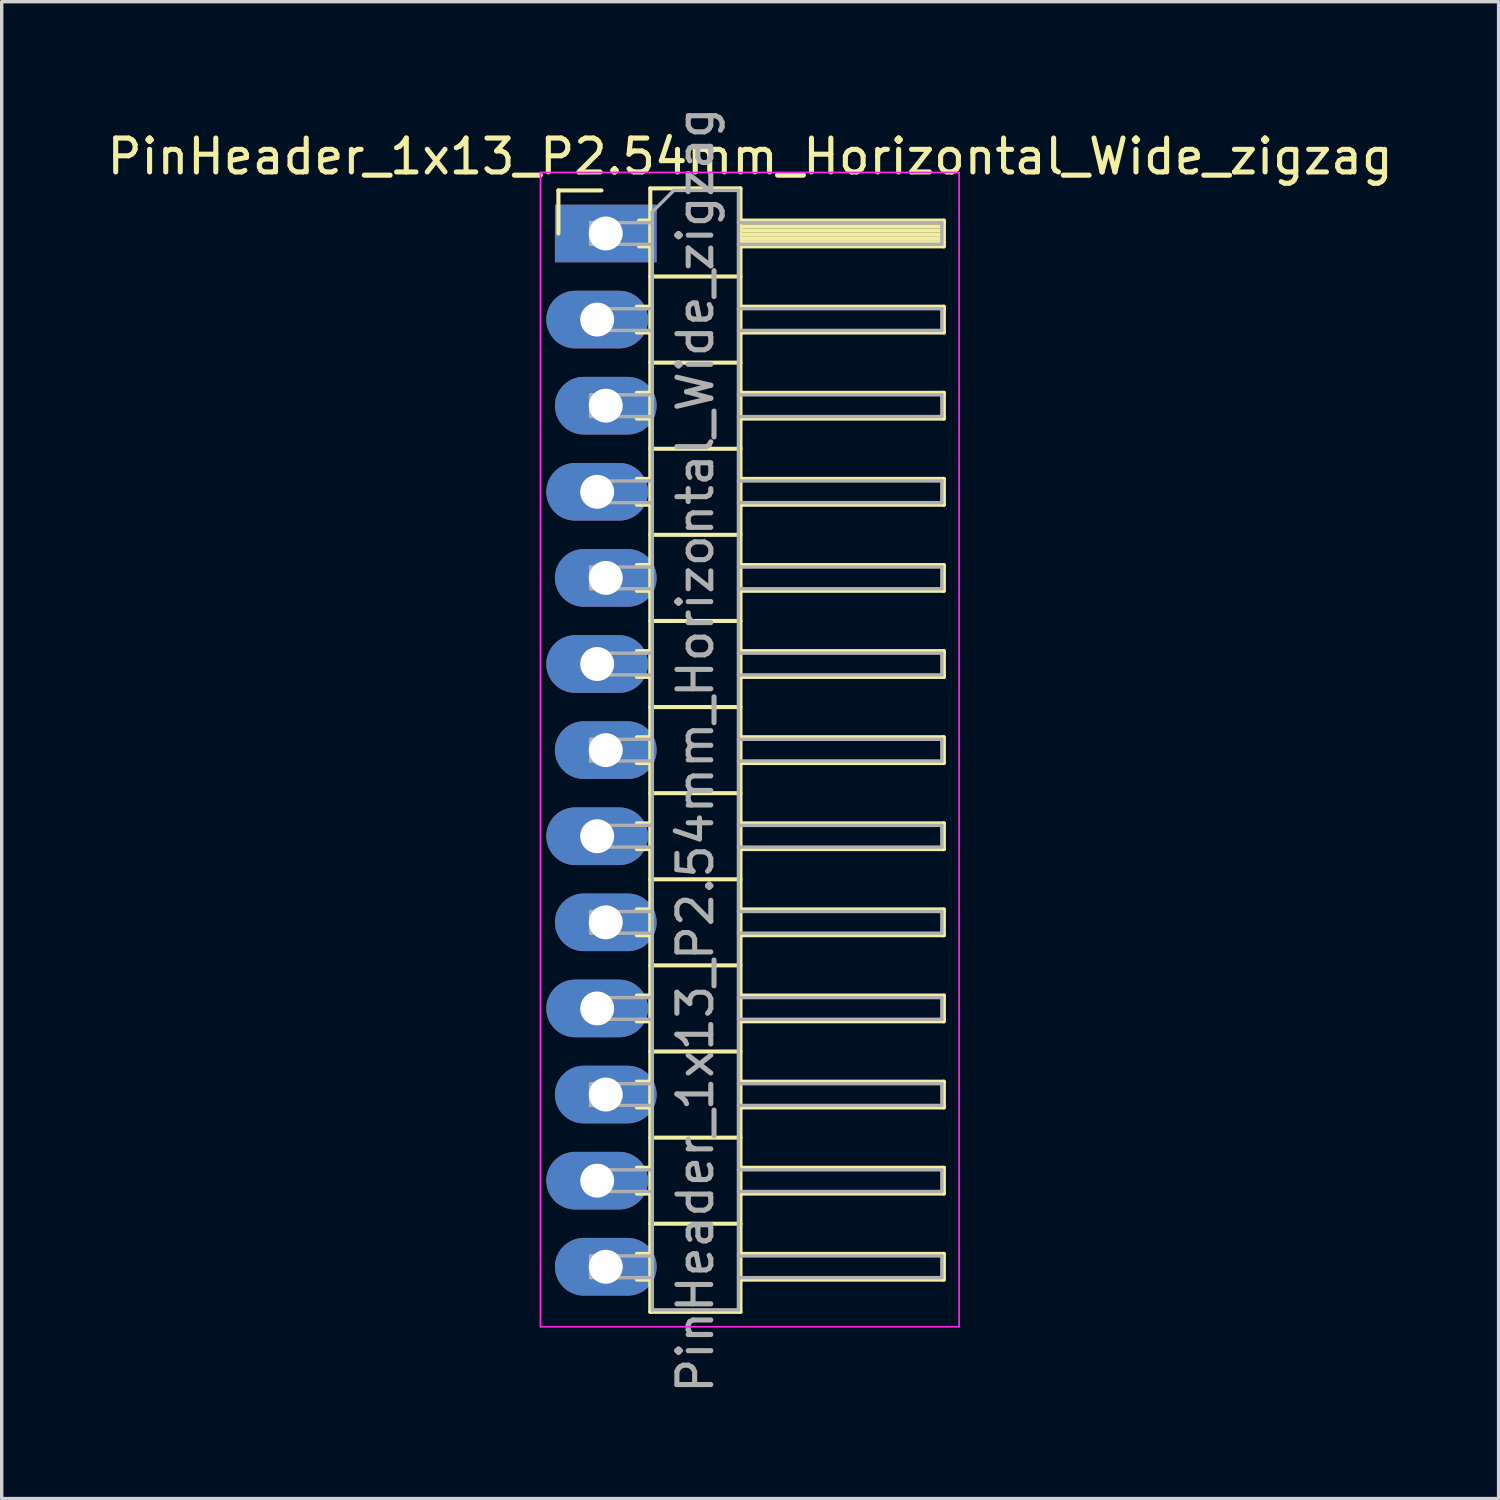
<source format=kicad_pcb>
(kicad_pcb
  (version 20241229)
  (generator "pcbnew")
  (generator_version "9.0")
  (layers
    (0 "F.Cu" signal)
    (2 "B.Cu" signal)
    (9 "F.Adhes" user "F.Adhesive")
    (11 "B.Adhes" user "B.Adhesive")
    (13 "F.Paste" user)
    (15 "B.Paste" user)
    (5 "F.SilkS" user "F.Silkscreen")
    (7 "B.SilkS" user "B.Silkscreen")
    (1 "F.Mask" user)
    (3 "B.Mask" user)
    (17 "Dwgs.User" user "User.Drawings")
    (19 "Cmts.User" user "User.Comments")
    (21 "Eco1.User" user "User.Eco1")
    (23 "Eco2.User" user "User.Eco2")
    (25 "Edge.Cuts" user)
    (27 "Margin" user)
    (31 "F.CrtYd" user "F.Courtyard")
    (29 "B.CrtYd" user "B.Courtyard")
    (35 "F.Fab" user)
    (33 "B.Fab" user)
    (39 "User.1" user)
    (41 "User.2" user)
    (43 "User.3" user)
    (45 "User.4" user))
  (footprint "PinHeader_1x13_P2.54mm_Horizontal_Wide_zigzag"
    (layer "F.Cu")
    (at 14.692 3.837)
    (property "Reference" "PinHeader_1x13_P2.54mm_Horizontal_Wide_zigzag" (at 4.385 -2.27 0) (layer "F.SilkS") (effects (font (size 1 1) (thickness 0.15))))
    (attr through_hole)
    (fp_line (start -1.27 -1.27) (end 0 -1.27) (stroke (width 0.12) (type solid)) (layer "F.SilkS"))
    (fp_line (start -1.27 0) (end -1.27 -1.27) (stroke (width 0.12) (type solid)) (layer "F.SilkS"))
    (fp_line (start 1.043 2.16) (end 1.44 2.16) (stroke (width 0.12) (type solid)) (layer "F.SilkS"))
    (fp_line (start 1.043 2.92) (end 1.44 2.92) (stroke (width 0.12) (type solid)) (layer "F.SilkS"))
    (fp_line (start 1.043 4.7) (end 1.44 4.7) (stroke (width 0.12) (type solid)) (layer "F.SilkS"))
    (fp_line (start 1.043 5.46) (end 1.44 5.46) (stroke (width 0.12) (type solid)) (layer "F.SilkS"))
    (fp_line (start 1.043 7.24) (end 1.44 7.24) (stroke (width 0.12) (type solid)) (layer "F.SilkS"))
    (fp_line (start 1.043 8) (end 1.44 8) (stroke (width 0.12) (type solid)) (layer "F.SilkS"))
    (fp_line (start 1.043 9.78) (end 1.44 9.78) (stroke (width 0.12) (type solid)) (layer "F.SilkS"))
    (fp_line (start 1.043 10.54) (end 1.44 10.54) (stroke (width 0.12) (type solid)) (layer "F.SilkS"))
    (fp_line (start 1.043 12.32) (end 1.44 12.32) (stroke (width 0.12) (type solid)) (layer "F.SilkS"))
    (fp_line (start 1.043 13.08) (end 1.44 13.08) (stroke (width 0.12) (type solid)) (layer "F.SilkS"))
    (fp_line (start 1.043 14.86) (end 1.44 14.86) (stroke (width 0.12) (type solid)) (layer "F.SilkS"))
    (fp_line (start 1.043 15.62) (end 1.44 15.62) (stroke (width 0.12) (type solid)) (layer "F.SilkS"))
    (fp_line (start 1.043 17.4) (end 1.44 17.4) (stroke (width 0.12) (type solid)) (layer "F.SilkS"))
    (fp_line (start 1.043 18.16) (end 1.44 18.16) (stroke (width 0.12) (type solid)) (layer "F.SilkS"))
    (fp_line (start 1.043 19.94) (end 1.44 19.94) (stroke (width 0.12) (type solid)) (layer "F.SilkS"))
    (fp_line (start 1.043 20.7) (end 1.44 20.7) (stroke (width 0.12) (type solid)) (layer "F.SilkS"))
    (fp_line (start 1.043 22.48) (end 1.44 22.48) (stroke (width 0.12) (type solid)) (layer "F.SilkS"))
    (fp_line (start 1.043 23.24) (end 1.44 23.24) (stroke (width 0.12) (type solid)) (layer "F.SilkS"))
    (fp_line (start 1.043 25.02) (end 1.44 25.02) (stroke (width 0.12) (type solid)) (layer "F.SilkS"))
    (fp_line (start 1.043 25.78) (end 1.44 25.78) (stroke (width 0.12) (type solid)) (layer "F.SilkS"))
    (fp_line (start 1.043 27.56) (end 1.44 27.56) (stroke (width 0.12) (type solid)) (layer "F.SilkS"))
    (fp_line (start 1.043 28.32) (end 1.44 28.32) (stroke (width 0.12) (type solid)) (layer "F.SilkS"))
    (fp_line (start 1.043 30.1) (end 1.44 30.1) (stroke (width 0.12) (type solid)) (layer "F.SilkS"))
    (fp_line (start 1.043 30.86) (end 1.44 30.86) (stroke (width 0.12) (type solid)) (layer "F.SilkS"))
    (fp_line (start 1.11 -0.38) (end 1.44 -0.38) (stroke (width 0.12) (type solid)) (layer "F.SilkS"))
    (fp_line (start 1.11 0.38) (end 1.44 0.38) (stroke (width 0.12) (type solid)) (layer "F.SilkS"))
    (fp_line (start 1.44 -1.33) (end 1.44 31.81) (stroke (width 0.12) (type solid)) (layer "F.SilkS"))
    (fp_line (start 1.44 1.27) (end 4.1 1.27) (stroke (width 0.12) (type solid)) (layer "F.SilkS"))
    (fp_line (start 1.44 3.81) (end 4.1 3.81) (stroke (width 0.12) (type solid)) (layer "F.SilkS"))
    (fp_line (start 1.44 6.35) (end 4.1 6.35) (stroke (width 0.12) (type solid)) (layer "F.SilkS"))
    (fp_line (start 1.44 8.89) (end 4.1 8.89) (stroke (width 0.12) (type solid)) (layer "F.SilkS"))
    (fp_line (start 1.44 11.43) (end 4.1 11.43) (stroke (width 0.12) (type solid)) (layer "F.SilkS"))
    (fp_line (start 1.44 13.97) (end 4.1 13.97) (stroke (width 0.12) (type solid)) (layer "F.SilkS"))
    (fp_line (start 1.44 16.51) (end 4.1 16.51) (stroke (width 0.12) (type solid)) (layer "F.SilkS"))
    (fp_line (start 1.44 19.05) (end 4.1 19.05) (stroke (width 0.12) (type solid)) (layer "F.SilkS"))
    (fp_line (start 1.44 21.59) (end 4.1 21.59) (stroke (width 0.12) (type solid)) (layer "F.SilkS"))
    (fp_line (start 1.44 24.13) (end 4.1 24.13) (stroke (width 0.12) (type solid)) (layer "F.SilkS"))
    (fp_line (start 1.44 26.67) (end 4.1 26.67) (stroke (width 0.12) (type solid)) (layer "F.SilkS"))
    (fp_line (start 1.44 29.21) (end 4.1 29.21) (stroke (width 0.12) (type solid)) (layer "F.SilkS"))
    (fp_line (start 1.44 31.81) (end 4.1 31.81) (stroke (width 0.12) (type solid)) (layer "F.SilkS"))
    (fp_line (start 4.1 -1.33) (end 1.44 -1.33) (stroke (width 0.12) (type solid)) (layer "F.SilkS"))
    (fp_line (start 4.1 -0.38) (end 10.1 -0.38) (stroke (width 0.12) (type solid)) (layer "F.SilkS"))
    (fp_line (start 4.1 -0.32) (end 10.1 -0.32) (stroke (width 0.12) (type solid)) (layer "F.SilkS"))
    (fp_line (start 4.1 -0.2) (end 10.1 -0.2) (stroke (width 0.12) (type solid)) (layer "F.SilkS"))
    (fp_line (start 4.1 -0.08) (end 10.1 -0.08) (stroke (width 0.12) (type solid)) (layer "F.SilkS"))
    (fp_line (start 4.1 0.04) (end 10.1 0.04) (stroke (width 0.12) (type solid)) (layer "F.SilkS"))
    (fp_line (start 4.1 0.16) (end 10.1 0.16) (stroke (width 0.12) (type solid)) (layer "F.SilkS"))
    (fp_line (start 4.1 0.28) (end 10.1 0.28) (stroke (width 0.12) (type solid)) (layer "F.SilkS"))
    (fp_line (start 4.1 2.16) (end 10.1 2.16) (stroke (width 0.12) (type solid)) (layer "F.SilkS"))
    (fp_line (start 4.1 4.7) (end 10.1 4.7) (stroke (width 0.12) (type solid)) (layer "F.SilkS"))
    (fp_line (start 4.1 7.24) (end 10.1 7.24) (stroke (width 0.12) (type solid)) (layer "F.SilkS"))
    (fp_line (start 4.1 9.78) (end 10.1 9.78) (stroke (width 0.12) (type solid)) (layer "F.SilkS"))
    (fp_line (start 4.1 12.32) (end 10.1 12.32) (stroke (width 0.12) (type solid)) (layer "F.SilkS"))
    (fp_line (start 4.1 14.86) (end 10.1 14.86) (stroke (width 0.12) (type solid)) (layer "F.SilkS"))
    (fp_line (start 4.1 17.4) (end 10.1 17.4) (stroke (width 0.12) (type solid)) (layer "F.SilkS"))
    (fp_line (start 4.1 19.94) (end 10.1 19.94) (stroke (width 0.12) (type solid)) (layer "F.SilkS"))
    (fp_line (start 4.1 22.48) (end 10.1 22.48) (stroke (width 0.12) (type solid)) (layer "F.SilkS"))
    (fp_line (start 4.1 25.02) (end 10.1 25.02) (stroke (width 0.12) (type solid)) (layer "F.SilkS"))
    (fp_line (start 4.1 27.56) (end 10.1 27.56) (stroke (width 0.12) (type solid)) (layer "F.SilkS"))
    (fp_line (start 4.1 30.1) (end 10.1 30.1) (stroke (width 0.12) (type solid)) (layer "F.SilkS"))
    (fp_line (start 4.1 31.81) (end 4.1 -1.33) (stroke (width 0.12) (type solid)) (layer "F.SilkS"))
    (fp_line (start 10.1 -0.38) (end 10.1 0.38) (stroke (width 0.12) (type solid)) (layer "F.SilkS"))
    (fp_line (start 10.1 0.38) (end 4.1 0.38) (stroke (width 0.12) (type solid)) (layer "F.SilkS"))
    (fp_line (start 10.1 2.16) (end 10.1 2.92) (stroke (width 0.12) (type solid)) (layer "F.SilkS"))
    (fp_line (start 10.1 2.92) (end 4.1 2.92) (stroke (width 0.12) (type solid)) (layer "F.SilkS"))
    (fp_line (start 10.1 4.7) (end 10.1 5.46) (stroke (width 0.12) (type solid)) (layer "F.SilkS"))
    (fp_line (start 10.1 5.46) (end 4.1 5.46) (stroke (width 0.12) (type solid)) (layer "F.SilkS"))
    (fp_line (start 10.1 7.24) (end 10.1 8) (stroke (width 0.12) (type solid)) (layer "F.SilkS"))
    (fp_line (start 10.1 8) (end 4.1 8) (stroke (width 0.12) (type solid)) (layer "F.SilkS"))
    (fp_line (start 10.1 9.78) (end 10.1 10.54) (stroke (width 0.12) (type solid)) (layer "F.SilkS"))
    (fp_line (start 10.1 10.54) (end 4.1 10.54) (stroke (width 0.12) (type solid)) (layer "F.SilkS"))
    (fp_line (start 10.1 12.32) (end 10.1 13.08) (stroke (width 0.12) (type solid)) (layer "F.SilkS"))
    (fp_line (start 10.1 13.08) (end 4.1 13.08) (stroke (width 0.12) (type solid)) (layer "F.SilkS"))
    (fp_line (start 10.1 14.86) (end 10.1 15.62) (stroke (width 0.12) (type solid)) (layer "F.SilkS"))
    (fp_line (start 10.1 15.62) (end 4.1 15.62) (stroke (width 0.12) (type solid)) (layer "F.SilkS"))
    (fp_line (start 10.1 17.4) (end 10.1 18.16) (stroke (width 0.12) (type solid)) (layer "F.SilkS"))
    (fp_line (start 10.1 18.16) (end 4.1 18.16) (stroke (width 0.12) (type solid)) (layer "F.SilkS"))
    (fp_line (start 10.1 19.94) (end 10.1 20.7) (stroke (width 0.12) (type solid)) (layer "F.SilkS"))
    (fp_line (start 10.1 20.7) (end 4.1 20.7) (stroke (width 0.12) (type solid)) (layer "F.SilkS"))
    (fp_line (start 10.1 22.48) (end 10.1 23.24) (stroke (width 0.12) (type solid)) (layer "F.SilkS"))
    (fp_line (start 10.1 23.24) (end 4.1 23.24) (stroke (width 0.12) (type solid)) (layer "F.SilkS"))
    (fp_line (start 10.1 25.02) (end 10.1 25.78) (stroke (width 0.12) (type solid)) (layer "F.SilkS"))
    (fp_line (start 10.1 25.78) (end 4.1 25.78) (stroke (width 0.12) (type solid)) (layer "F.SilkS"))
    (fp_line (start 10.1 27.56) (end 10.1 28.32) (stroke (width 0.12) (type solid)) (layer "F.SilkS"))
    (fp_line (start 10.1 28.32) (end 4.1 28.32) (stroke (width 0.12) (type solid)) (layer "F.SilkS"))
    (fp_line (start 10.1 30.1) (end 10.1 30.86) (stroke (width 0.12) (type solid)) (layer "F.SilkS"))
    (fp_line (start 10.1 30.86) (end 4.1 30.86) (stroke (width 0.12) (type solid)) (layer "F.SilkS"))
    (fp_line (start -1.8 -1.8) (end -1.8 32.25) (stroke (width 0.05) (type solid)) (layer "F.CrtYd"))
    (fp_line (start -1.8 32.25) (end 10.55 32.25) (stroke (width 0.05) (type solid)) (layer "F.CrtYd"))
    (fp_line (start 10.55 -1.8) (end -1.8 -1.8) (stroke (width 0.05) (type solid)) (layer "F.CrtYd"))
    (fp_line (start 10.55 32.25) (end 10.55 -1.8) (stroke (width 0.05) (type solid)) (layer "F.CrtYd"))
    (fp_line (start -0.32 -0.32) (end -0.32 0.32) (stroke (width 0.1) (type solid)) (layer "F.Fab"))
    (fp_line (start -0.32 -0.32) (end 1.5 -0.32) (stroke (width 0.1) (type solid)) (layer "F.Fab"))
    (fp_line (start -0.32 0.32) (end 1.5 0.32) (stroke (width 0.1) (type solid)) (layer "F.Fab"))
    (fp_line (start -0.32 2.22) (end -0.32 2.86) (stroke (width 0.1) (type solid)) (layer "F.Fab"))
    (fp_line (start -0.32 2.22) (end 1.5 2.22) (stroke (width 0.1) (type solid)) (layer "F.Fab"))
    (fp_line (start -0.32 2.86) (end 1.5 2.86) (stroke (width 0.1) (type solid)) (layer "F.Fab"))
    (fp_line (start -0.32 4.76) (end -0.32 5.4) (stroke (width 0.1) (type solid)) (layer "F.Fab"))
    (fp_line (start -0.32 4.76) (end 1.5 4.76) (stroke (width 0.1) (type solid)) (layer "F.Fab"))
    (fp_line (start -0.32 5.4) (end 1.5 5.4) (stroke (width 0.1) (type solid)) (layer "F.Fab"))
    (fp_line (start -0.32 7.3) (end -0.32 7.94) (stroke (width 0.1) (type solid)) (layer "F.Fab"))
    (fp_line (start -0.32 7.3) (end 1.5 7.3) (stroke (width 0.1) (type solid)) (layer "F.Fab"))
    (fp_line (start -0.32 7.94) (end 1.5 7.94) (stroke (width 0.1) (type solid)) (layer "F.Fab"))
    (fp_line (start -0.32 9.84) (end -0.32 10.48) (stroke (width 0.1) (type solid)) (layer "F.Fab"))
    (fp_line (start -0.32 9.84) (end 1.5 9.84) (stroke (width 0.1) (type solid)) (layer "F.Fab"))
    (fp_line (start -0.32 10.48) (end 1.5 10.48) (stroke (width 0.1) (type solid)) (layer "F.Fab"))
    (fp_line (start -0.32 12.38) (end -0.32 13.02) (stroke (width 0.1) (type solid)) (layer "F.Fab"))
    (fp_line (start -0.32 12.38) (end 1.5 12.38) (stroke (width 0.1) (type solid)) (layer "F.Fab"))
    (fp_line (start -0.32 13.02) (end 1.5 13.02) (stroke (width 0.1) (type solid)) (layer "F.Fab"))
    (fp_line (start -0.32 14.92) (end -0.32 15.56) (stroke (width 0.1) (type solid)) (layer "F.Fab"))
    (fp_line (start -0.32 14.92) (end 1.5 14.92) (stroke (width 0.1) (type solid)) (layer "F.Fab"))
    (fp_line (start -0.32 15.56) (end 1.5 15.56) (stroke (width 0.1) (type solid)) (layer "F.Fab"))
    (fp_line (start -0.32 17.46) (end -0.32 18.1) (stroke (width 0.1) (type solid)) (layer "F.Fab"))
    (fp_line (start -0.32 17.46) (end 1.5 17.46) (stroke (width 0.1) (type solid)) (layer "F.Fab"))
    (fp_line (start -0.32 18.1) (end 1.5 18.1) (stroke (width 0.1) (type solid)) (layer "F.Fab"))
    (fp_line (start -0.32 20) (end -0.32 20.64) (stroke (width 0.1) (type solid)) (layer "F.Fab"))
    (fp_line (start -0.32 20) (end 1.5 20) (stroke (width 0.1) (type solid)) (layer "F.Fab"))
    (fp_line (start -0.32 20.64) (end 1.5 20.64) (stroke (width 0.1) (type solid)) (layer "F.Fab"))
    (fp_line (start -0.32 22.54) (end -0.32 23.18) (stroke (width 0.1) (type solid)) (layer "F.Fab"))
    (fp_line (start -0.32 22.54) (end 1.5 22.54) (stroke (width 0.1) (type solid)) (layer "F.Fab"))
    (fp_line (start -0.32 23.18) (end 1.5 23.18) (stroke (width 0.1) (type solid)) (layer "F.Fab"))
    (fp_line (start -0.32 25.08) (end -0.32 25.72) (stroke (width 0.1) (type solid)) (layer "F.Fab"))
    (fp_line (start -0.32 25.08) (end 1.5 25.08) (stroke (width 0.1) (type solid)) (layer "F.Fab"))
    (fp_line (start -0.32 25.72) (end 1.5 25.72) (stroke (width 0.1) (type solid)) (layer "F.Fab"))
    (fp_line (start -0.32 27.62) (end -0.32 28.26) (stroke (width 0.1) (type solid)) (layer "F.Fab"))
    (fp_line (start -0.32 27.62) (end 1.5 27.62) (stroke (width 0.1) (type solid)) (layer "F.Fab"))
    (fp_line (start -0.32 28.26) (end 1.5 28.26) (stroke (width 0.1) (type solid)) (layer "F.Fab"))
    (fp_line (start -0.32 30.16) (end -0.32 30.8) (stroke (width 0.1) (type solid)) (layer "F.Fab"))
    (fp_line (start -0.32 30.16) (end 1.5 30.16) (stroke (width 0.1) (type solid)) (layer "F.Fab"))
    (fp_line (start -0.32 30.8) (end 1.5 30.8) (stroke (width 0.1) (type solid)) (layer "F.Fab"))
    (fp_line (start 1.5 -0.635) (end 2.135 -1.27) (stroke (width 0.1) (type solid)) (layer "F.Fab"))
    (fp_line (start 1.5 31.75) (end 1.5 -0.635) (stroke (width 0.1) (type solid)) (layer "F.Fab"))
    (fp_line (start 2.135 -1.27) (end 4.04 -1.27) (stroke (width 0.1) (type solid)) (layer "F.Fab"))
    (fp_line (start 4.04 -1.27) (end 4.04 31.75) (stroke (width 0.1) (type solid)) (layer "F.Fab"))
    (fp_line (start 4.04 -0.32) (end 10.04 -0.32) (stroke (width 0.1) (type solid)) (layer "F.Fab"))
    (fp_line (start 4.04 0.32) (end 10.04 0.32) (stroke (width 0.1) (type solid)) (layer "F.Fab"))
    (fp_line (start 4.04 2.22) (end 10.04 2.22) (stroke (width 0.1) (type solid)) (layer "F.Fab"))
    (fp_line (start 4.04 2.86) (end 10.04 2.86) (stroke (width 0.1) (type solid)) (layer "F.Fab"))
    (fp_line (start 4.04 4.76) (end 10.04 4.76) (stroke (width 0.1) (type solid)) (layer "F.Fab"))
    (fp_line (start 4.04 5.4) (end 10.04 5.4) (stroke (width 0.1) (type solid)) (layer "F.Fab"))
    (fp_line (start 4.04 7.3) (end 10.04 7.3) (stroke (width 0.1) (type solid)) (layer "F.Fab"))
    (fp_line (start 4.04 7.94) (end 10.04 7.94) (stroke (width 0.1) (type solid)) (layer "F.Fab"))
    (fp_line (start 4.04 9.84) (end 10.04 9.84) (stroke (width 0.1) (type solid)) (layer "F.Fab"))
    (fp_line (start 4.04 10.48) (end 10.04 10.48) (stroke (width 0.1) (type solid)) (layer "F.Fab"))
    (fp_line (start 4.04 12.38) (end 10.04 12.38) (stroke (width 0.1) (type solid)) (layer "F.Fab"))
    (fp_line (start 4.04 13.02) (end 10.04 13.02) (stroke (width 0.1) (type solid)) (layer "F.Fab"))
    (fp_line (start 4.04 14.92) (end 10.04 14.92) (stroke (width 0.1) (type solid)) (layer "F.Fab"))
    (fp_line (start 4.04 15.56) (end 10.04 15.56) (stroke (width 0.1) (type solid)) (layer "F.Fab"))
    (fp_line (start 4.04 17.46) (end 10.04 17.46) (stroke (width 0.1) (type solid)) (layer "F.Fab"))
    (fp_line (start 4.04 18.1) (end 10.04 18.1) (stroke (width 0.1) (type solid)) (layer "F.Fab"))
    (fp_line (start 4.04 20) (end 10.04 20) (stroke (width 0.1) (type solid)) (layer "F.Fab"))
    (fp_line (start 4.04 20.64) (end 10.04 20.64) (stroke (width 0.1) (type solid)) (layer "F.Fab"))
    (fp_line (start 4.04 22.54) (end 10.04 22.54) (stroke (width 0.1) (type solid)) (layer "F.Fab"))
    (fp_line (start 4.04 23.18) (end 10.04 23.18) (stroke (width 0.1) (type solid)) (layer "F.Fab"))
    (fp_line (start 4.04 25.08) (end 10.04 25.08) (stroke (width 0.1) (type solid)) (layer "F.Fab"))
    (fp_line (start 4.04 25.72) (end 10.04 25.72) (stroke (width 0.1) (type solid)) (layer "F.Fab"))
    (fp_line (start 4.04 27.62) (end 10.04 27.62) (stroke (width 0.1) (type solid)) (layer "F.Fab"))
    (fp_line (start 4.04 28.26) (end 10.04 28.26) (stroke (width 0.1) (type solid)) (layer "F.Fab"))
    (fp_line (start 4.04 30.16) (end 10.04 30.16) (stroke (width 0.1) (type solid)) (layer "F.Fab"))
    (fp_line (start 4.04 30.8) (end 10.04 30.8) (stroke (width 0.1) (type solid)) (layer "F.Fab"))
    (fp_line (start 4.04 31.75) (end 1.5 31.75) (stroke (width 0.1) (type solid)) (layer "F.Fab"))
    (fp_line (start 10.04 -0.32) (end 10.04 0.32) (stroke (width 0.1) (type solid)) (layer "F.Fab"))
    (fp_line (start 10.04 2.22) (end 10.04 2.86) (stroke (width 0.1) (type solid)) (layer "F.Fab"))
    (fp_line (start 10.04 4.76) (end 10.04 5.4) (stroke (width 0.1) (type solid)) (layer "F.Fab"))
    (fp_line (start 10.04 7.3) (end 10.04 7.94) (stroke (width 0.1) (type solid)) (layer "F.Fab"))
    (fp_line (start 10.04 9.84) (end 10.04 10.48) (stroke (width 0.1) (type solid)) (layer "F.Fab"))
    (fp_line (start 10.04 12.38) (end 10.04 13.02) (stroke (width 0.1) (type solid)) (layer "F.Fab"))
    (fp_line (start 10.04 14.92) (end 10.04 15.56) (stroke (width 0.1) (type solid)) (layer "F.Fab"))
    (fp_line (start 10.04 17.46) (end 10.04 18.1) (stroke (width 0.1) (type solid)) (layer "F.Fab"))
    (fp_line (start 10.04 20) (end 10.04 20.64) (stroke (width 0.1) (type solid)) (layer "F.Fab"))
    (fp_line (start 10.04 22.54) (end 10.04 23.18) (stroke (width 0.1) (type solid)) (layer "F.Fab"))
    (fp_line (start 10.04 25.08) (end 10.04 25.72) (stroke (width 0.1) (type solid)) (layer "F.Fab"))
    (fp_line (start 10.04 27.62) (end 10.04 28.26) (stroke (width 0.1) (type solid)) (layer "F.Fab"))
    (fp_line (start 10.04 30.16) (end 10.04 30.8) (stroke (width 0.1) (type solid)) (layer "F.Fab"))
    (fp_text user "${REFERENCE}" (at 2.77 15.24 90) (layer "F.Fab") (effects (font (size 1 1) (thickness 0.15))))
    (pad "1" thru_hole rect (at 0.127 0) (size 3 1.7) (drill 1) (layers "*.Cu" "*.Mask"))
    (pad "2" thru_hole oval (at -0.127 2.54) (size 3 1.7) (drill 1) (layers "*.Cu" "*.Mask"))
    (pad "3" thru_hole oval (at 0.127 5.08) (size 3 1.7) (drill 1) (layers "*.Cu" "*.Mask"))
    (pad "4" thru_hole oval (at -0.127 7.62) (size 3 1.7) (drill 1) (layers "*.Cu" "*.Mask"))
    (pad "5" thru_hole oval (at 0.127 10.16) (size 3 1.7) (drill 1) (layers "*.Cu" "*.Mask"))
    (pad "6" thru_hole oval (at -0.127 12.7) (size 3 1.7) (drill 1) (layers "*.Cu" "*.Mask"))
    (pad "7" thru_hole oval (at 0.127 15.24) (size 3 1.7) (drill 1) (layers "*.Cu" "*.Mask"))
    (pad "8" thru_hole oval (at -0.127 17.78) (size 3 1.7) (drill 1) (layers "*.Cu" "*.Mask"))
    (pad "9" thru_hole oval (at 0.127 20.32) (size 3 1.7) (drill 1) (layers "*.Cu" "*.Mask"))
    (pad "10" thru_hole oval (at -0.127 22.86) (size 3 1.7) (drill 1) (layers "*.Cu" "*.Mask"))
    (pad "11" thru_hole oval (at 0.127 25.4) (size 3 1.7) (drill 1) (layers "*.Cu" "*.Mask"))
    (pad "12" thru_hole oval (at -0.127 27.94) (size 3 1.7) (drill 1) (layers "*.Cu" "*.Mask"))
    (pad "13" thru_hole oval (at 0.127 30.48) (size 3 1.7) (drill 1) (layers "*.Cu" "*.Mask")))
  (gr_rect
    (start -3 -3)
    (end 41.155 41.155)
    (stroke (width 0.1) (type default))
    (fill no)
    (layer "Edge.Cuts")))
</source>
